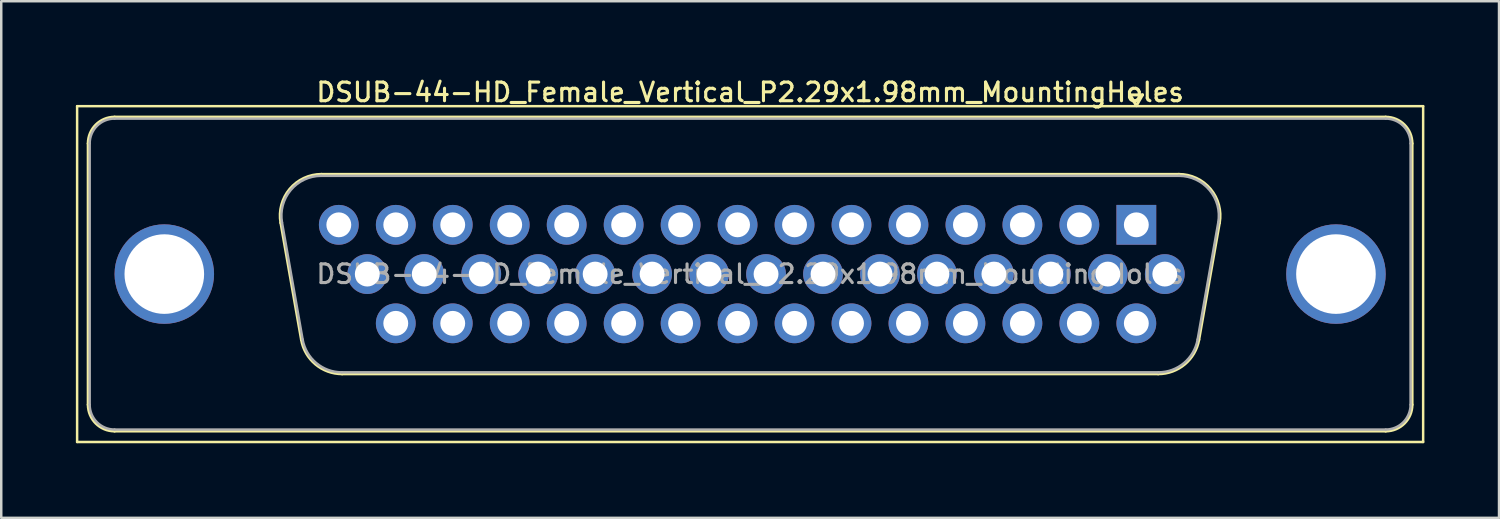
<source format=kicad_pcb>
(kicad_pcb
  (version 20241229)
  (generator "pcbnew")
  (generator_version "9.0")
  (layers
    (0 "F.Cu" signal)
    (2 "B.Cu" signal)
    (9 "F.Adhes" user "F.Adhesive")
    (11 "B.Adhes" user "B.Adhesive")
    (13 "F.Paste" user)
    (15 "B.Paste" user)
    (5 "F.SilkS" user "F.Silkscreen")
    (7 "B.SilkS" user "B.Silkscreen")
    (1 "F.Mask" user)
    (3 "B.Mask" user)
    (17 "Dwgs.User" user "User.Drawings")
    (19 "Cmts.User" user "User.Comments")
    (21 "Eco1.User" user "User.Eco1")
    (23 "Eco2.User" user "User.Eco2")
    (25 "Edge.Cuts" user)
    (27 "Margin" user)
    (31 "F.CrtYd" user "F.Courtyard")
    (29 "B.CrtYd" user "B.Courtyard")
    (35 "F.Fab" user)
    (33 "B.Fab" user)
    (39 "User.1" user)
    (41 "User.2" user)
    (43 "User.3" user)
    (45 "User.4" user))
  (footprint "DSUB-44-HD_Female_Vertical_P2.29x1.98mm_MountingHoles"
    (layer "F.Cu")
    (at 42.63 5.988)
    (property "Reference" "DSUB-44-HD_Female_Vertical_P2.29x1.98mm_MountingHoles" (at -15.525 -5.33 0) (layer "F.SilkS") (effects (font (size 0.75 0.75) (thickness 0.125))))
    (attr through_hole)
    (fp_line (start -42.58 -4.77) (end -42.58 8.73) (stroke (width 0.1) (type solid)) (layer "F.SilkS"))
    (fp_line (start -42.58 8.73) (end 11.53 8.73) (stroke (width 0.1) (type solid)) (layer "F.SilkS"))
    (fp_line (start -42.135 7.23) (end -42.135 -3.27) (stroke (width 0.12) (type solid)) (layer "F.SilkS"))
    (fp_line (start -41.075 -4.33) (end 10.025 -4.33) (stroke (width 0.12) (type solid)) (layer "F.SilkS"))
    (fp_line (start -34.391 -0.082) (end -33.563 4.618) (stroke (width 0.12) (type solid)) (layer "F.SilkS"))
    (fp_line (start -32.757 -2.03) (end 1.707 -2.03) (stroke (width 0.12) (type solid)) (layer "F.SilkS"))
    (fp_line (start -31.928 5.99) (end 0.878 5.99) (stroke (width 0.12) (type solid)) (layer "F.SilkS"))
    (fp_line (start -0.25 -5.224) (end 0.25 -5.224) (stroke (width 0.12) (type solid)) (layer "F.SilkS"))
    (fp_line (start 0 -4.791) (end -0.25 -5.224) (stroke (width 0.12) (type solid)) (layer "F.SilkS"))
    (fp_line (start 0.25 -5.224) (end 0 -4.791) (stroke (width 0.12) (type solid)) (layer "F.SilkS"))
    (fp_line (start 3.341 -0.082) (end 2.513 4.618) (stroke (width 0.12) (type solid)) (layer "F.SilkS"))
    (fp_line (start 10.025 8.29) (end -41.075 8.29) (stroke (width 0.12) (type solid)) (layer "F.SilkS"))
    (fp_line (start 11.085 -3.27) (end 11.085 7.23) (stroke (width 0.12) (type solid)) (layer "F.SilkS"))
    (fp_line (start 11.53 -4.77) (end -42.58 -4.77) (stroke (width 0.1) (type solid)) (layer "F.SilkS"))
    (fp_line (start 11.53 8.73) (end 11.53 -4.77) (stroke (width 0.1) (type solid)) (layer "F.SilkS"))
    (fp_arc (start -42.135 -3.27) (mid -41.824533 -4.019533) (end -41.075 -4.33) (stroke (width 0.12) (type solid)) (layer "F.SilkS"))
    (fp_arc (start -41.075 8.29) (mid -41.824533 7.979533) (end -42.135 7.23) (stroke (width 0.12) (type solid)) (layer "F.SilkS"))
    (fp_arc (start -34.39147 -0.081744) (mid -34.028323 -1.437027) (end -32.756689 -2.03) (stroke (width 0.12) (type solid)) (layer "F.SilkS"))
    (fp_arc (start -31.927952 5.99) (mid -32.99498 5.601634) (end -33.562733 4.618256) (stroke (width 0.12) (type solid)) (layer "F.SilkS"))
    (fp_arc (start 1.706689 -2.03) (mid 2.978323 -1.437027) (end 3.34147 -0.081744) (stroke (width 0.12) (type solid)) (layer "F.SilkS"))
    (fp_arc (start 2.512733 4.618256) (mid 1.94498 5.601634) (end 0.877952 5.99) (stroke (width 0.12) (type solid)) (layer "F.SilkS"))
    (fp_arc (start 10.025 -4.33) (mid 10.774533 -4.019533) (end 11.085 -3.27) (stroke (width 0.12) (type solid)) (layer "F.SilkS"))
    (fp_arc (start 11.085 7.23) (mid 10.774533 7.979533) (end 10.025 8.29) (stroke (width 0.12) (type solid)) (layer "F.SilkS"))
    (fp_line (start -42.075 7.23) (end -42.075 -3.27) (stroke (width 0.1) (type solid)) (layer "F.Fab"))
    (fp_line (start -41.075 -4.27) (end 10.025 -4.27) (stroke (width 0.1) (type solid)) (layer "F.Fab"))
    (fp_line (start -34.344 -0.092) (end -33.515 4.608) (stroke (width 0.1) (type solid)) (layer "F.Fab"))
    (fp_line (start -32.768 -1.97) (end 1.718 -1.97) (stroke (width 0.1) (type solid)) (layer "F.Fab"))
    (fp_line (start -31.939 5.93) (end 0.889 5.93) (stroke (width 0.1) (type solid)) (layer "F.Fab"))
    (fp_line (start 3.294 -0.092) (end 2.465 4.608) (stroke (width 0.1) (type solid)) (layer "F.Fab"))
    (fp_line (start 10.025 8.23) (end -41.075 8.23) (stroke (width 0.1) (type solid)) (layer "F.Fab"))
    (fp_line (start 11.025 -3.27) (end 11.025 7.23) (stroke (width 0.1) (type solid)) (layer "F.Fab"))
    (fp_arc (start -42.075 -3.27) (mid -41.782107 -3.977107) (end -41.075 -4.27) (stroke (width 0.1) (type solid)) (layer "F.Fab"))
    (fp_arc (start -41.075 8.23) (mid -41.782107 7.937107) (end -42.075 7.23) (stroke (width 0.1) (type solid)) (layer "F.Fab"))
    (fp_arc (start -34.343887 -0.092163) (mid -33.993865 -1.39846) (end -32.768194 -1.97) (stroke (width 0.1) (type solid)) (layer "F.Fab"))
    (fp_arc (start -31.939457 5.93) (mid -32.967918 5.555671) (end -33.51515 4.607837) (stroke (width 0.1) (type solid)) (layer "F.Fab"))
    (fp_arc (start 1.718194 -1.97) (mid 2.943865 -1.39846) (end 3.293887 -0.092163) (stroke (width 0.1) (type solid)) (layer "F.Fab"))
    (fp_arc (start 2.46515 4.607837) (mid 1.917918 5.555671) (end 0.889457 5.93) (stroke (width 0.1) (type solid)) (layer "F.Fab"))
    (fp_arc (start 10.025 -4.27) (mid 10.732107 -3.977107) (end 11.025 -3.27) (stroke (width 0.1) (type solid)) (layer "F.Fab"))
    (fp_arc (start 11.025 7.23) (mid 10.732107 7.937107) (end 10.025 8.23) (stroke (width 0.1) (type solid)) (layer "F.Fab"))
    (fp_text user "${REFERENCE}" (at -15.525 1.98 0) (layer "F.Fab") (effects (font (size 0.75 0.75) (thickness 0.125))))
    (pad "0" thru_hole circle (at -39.075 1.98) (size 4 4) (drill 3.2) (layers "*.Cu" "*.Mask"))
    (pad "0" thru_hole circle (at 8.025 1.98) (size 4 4) (drill 3.2) (layers "*.Cu" "*.Mask"))
    (pad "1" thru_hole rect (at 0 0) (size 1.6 1.6) (drill 1) (layers "*.Cu" "*.Mask"))
    (pad "2" thru_hole circle (at -2.29 0) (size 1.6 1.6) (drill 1) (layers "*.Cu" "*.Mask"))
    (pad "3" thru_hole circle (at -4.58 0) (size 1.6 1.6) (drill 1) (layers "*.Cu" "*.Mask"))
    (pad "4" thru_hole circle (at -6.87 0) (size 1.6 1.6) (drill 1) (layers "*.Cu" "*.Mask"))
    (pad "5" thru_hole circle (at -9.16 0) (size 1.6 1.6) (drill 1) (layers "*.Cu" "*.Mask"))
    (pad "6" thru_hole circle (at -11.45 0) (size 1.6 1.6) (drill 1) (layers "*.Cu" "*.Mask"))
    (pad "7" thru_hole circle (at -13.74 0) (size 1.6 1.6) (drill 1) (layers "*.Cu" "*.Mask"))
    (pad "8" thru_hole circle (at -16.03 0) (size 1.6 1.6) (drill 1) (layers "*.Cu" "*.Mask"))
    (pad "9" thru_hole circle (at -18.32 0) (size 1.6 1.6) (drill 1) (layers "*.Cu" "*.Mask"))
    (pad "10" thru_hole circle (at -20.61 0) (size 1.6 1.6) (drill 1) (layers "*.Cu" "*.Mask"))
    (pad "11" thru_hole circle (at -22.9 0) (size 1.6 1.6) (drill 1) (layers "*.Cu" "*.Mask"))
    (pad "12" thru_hole circle (at -25.19 0) (size 1.6 1.6) (drill 1) (layers "*.Cu" "*.Mask"))
    (pad "13" thru_hole circle (at -27.48 0) (size 1.6 1.6) (drill 1) (layers "*.Cu" "*.Mask"))
    (pad "14" thru_hole circle (at -29.77 0) (size 1.6 1.6) (drill 1) (layers "*.Cu" "*.Mask"))
    (pad "15" thru_hole circle (at -32.06 0) (size 1.6 1.6) (drill 1) (layers "*.Cu" "*.Mask"))
    (pad "16" thru_hole circle (at 1.145 1.98) (size 1.6 1.6) (drill 1) (layers "*.Cu" "*.Mask"))
    (pad "17" thru_hole circle (at -1.145 1.98) (size 1.6 1.6) (drill 1) (layers "*.Cu" "*.Mask"))
    (pad "18" thru_hole circle (at -3.435 1.98) (size 1.6 1.6) (drill 1) (layers "*.Cu" "*.Mask"))
    (pad "19" thru_hole circle (at -5.725 1.98) (size 1.6 1.6) (drill 1) (layers "*.Cu" "*.Mask"))
    (pad "20" thru_hole circle (at -8.015 1.98) (size 1.6 1.6) (drill 1) (layers "*.Cu" "*.Mask"))
    (pad "21" thru_hole circle (at -10.305 1.98) (size 1.6 1.6) (drill 1) (layers "*.Cu" "*.Mask"))
    (pad "22" thru_hole circle (at -12.595 1.98) (size 1.6 1.6) (drill 1) (layers "*.Cu" "*.Mask"))
    (pad "23" thru_hole circle (at -14.885 1.98) (size 1.6 1.6) (drill 1) (layers "*.Cu" "*.Mask"))
    (pad "24" thru_hole circle (at -17.175 1.98) (size 1.6 1.6) (drill 1) (layers "*.Cu" "*.Mask"))
    (pad "25" thru_hole circle (at -19.465 1.98) (size 1.6 1.6) (drill 1) (layers "*.Cu" "*.Mask"))
    (pad "26" thru_hole circle (at -21.755 1.98) (size 1.6 1.6) (drill 1) (layers "*.Cu" "*.Mask"))
    (pad "27" thru_hole circle (at -24.045 1.98) (size 1.6 1.6) (drill 1) (layers "*.Cu" "*.Mask"))
    (pad "28" thru_hole circle (at -26.335 1.98) (size 1.6 1.6) (drill 1) (layers "*.Cu" "*.Mask"))
    (pad "29" thru_hole circle (at -28.625 1.98) (size 1.6 1.6) (drill 1) (layers "*.Cu" "*.Mask"))
    (pad "30" thru_hole circle (at -30.915 1.98) (size 1.6 1.6) (drill 1) (layers "*.Cu" "*.Mask"))
    (pad "31" thru_hole circle (at 0 3.96) (size 1.6 1.6) (drill 1) (layers "*.Cu" "*.Mask"))
    (pad "32" thru_hole circle (at -2.29 3.96) (size 1.6 1.6) (drill 1) (layers "*.Cu" "*.Mask"))
    (pad "33" thru_hole circle (at -4.58 3.96) (size 1.6 1.6) (drill 1) (layers "*.Cu" "*.Mask"))
    (pad "34" thru_hole circle (at -6.87 3.96) (size 1.6 1.6) (drill 1) (layers "*.Cu" "*.Mask"))
    (pad "35" thru_hole circle (at -9.16 3.96) (size 1.6 1.6) (drill 1) (layers "*.Cu" "*.Mask"))
    (pad "36" thru_hole circle (at -11.45 3.96) (size 1.6 1.6) (drill 1) (layers "*.Cu" "*.Mask"))
    (pad "37" thru_hole circle (at -13.74 3.96) (size 1.6 1.6) (drill 1) (layers "*.Cu" "*.Mask"))
    (pad "38" thru_hole circle (at -16.03 3.96) (size 1.6 1.6) (drill 1) (layers "*.Cu" "*.Mask"))
    (pad "39" thru_hole circle (at -18.32 3.96) (size 1.6 1.6) (drill 1) (layers "*.Cu" "*.Mask"))
    (pad "40" thru_hole circle (at -20.61 3.96) (size 1.6 1.6) (drill 1) (layers "*.Cu" "*.Mask"))
    (pad "41" thru_hole circle (at -22.9 3.96) (size 1.6 1.6) (drill 1) (layers "*.Cu" "*.Mask"))
    (pad "42" thru_hole circle (at -25.19 3.96) (size 1.6 1.6) (drill 1) (layers "*.Cu" "*.Mask"))
    (pad "43" thru_hole circle (at -27.48 3.96) (size 1.6 1.6) (drill 1) (layers "*.Cu" "*.Mask"))
    (pad "44" thru_hole circle (at -29.77 3.96) (size 1.6 1.6) (drill 1) (layers "*.Cu" "*.Mask")))
  (gr_rect
    (start -3 -3)
    (end 57.21 17.768)
    (stroke (width 0.1) (type default))
    (fill no)
    (layer "Edge.Cuts")))
</source>
